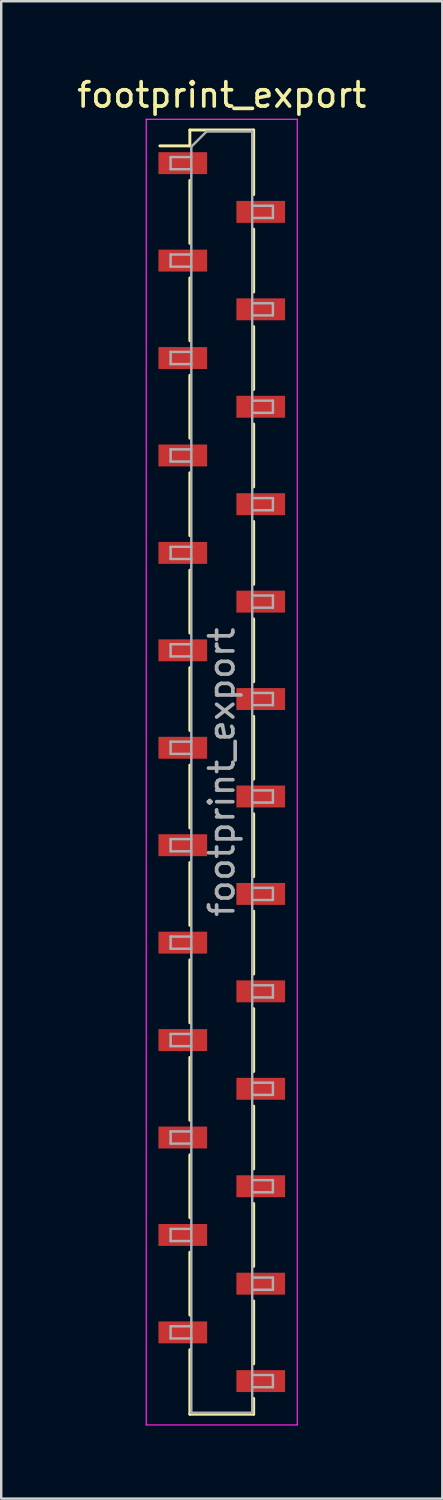
<source format=kicad_pcb>
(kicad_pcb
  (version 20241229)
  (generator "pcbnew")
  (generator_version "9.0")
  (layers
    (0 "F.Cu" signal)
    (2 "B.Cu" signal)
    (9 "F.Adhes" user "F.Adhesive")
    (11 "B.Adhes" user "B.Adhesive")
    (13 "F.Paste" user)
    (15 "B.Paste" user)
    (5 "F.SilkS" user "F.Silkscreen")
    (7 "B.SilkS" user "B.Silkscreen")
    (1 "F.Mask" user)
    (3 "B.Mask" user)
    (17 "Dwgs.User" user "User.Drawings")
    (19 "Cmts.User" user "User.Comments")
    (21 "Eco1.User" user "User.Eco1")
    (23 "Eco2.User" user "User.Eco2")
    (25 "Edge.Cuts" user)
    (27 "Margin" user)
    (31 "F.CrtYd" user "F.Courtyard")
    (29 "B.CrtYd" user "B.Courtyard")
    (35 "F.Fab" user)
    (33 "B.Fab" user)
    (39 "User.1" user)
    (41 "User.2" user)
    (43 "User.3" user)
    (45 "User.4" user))
  (footprint "footprint_export"
    (layer "F.Cu")
    (at 6.054 28.648)
    (property "Reference" "footprint_export" (at 0 -27.8 0) (layer "F.SilkS") (effects (font (size 1 1) (thickness 0.15))))
    (attr smd)
    (fp_line (start -2.54 -25.71) (end -1.31 -25.71) (stroke (width 0.12) (type solid)) (layer "F.SilkS"))
    (fp_line (start -1.31 -26.36) (end -1.31 -25.71) (stroke (width 0.12) (type solid)) (layer "F.SilkS"))
    (fp_line (start -1.31 -26.36) (end 1.31 -26.36) (stroke (width 0.12) (type solid)) (layer "F.SilkS"))
    (fp_line (start -1.31 -24.29) (end -1.31 -21.71) (stroke (width 0.12) (type solid)) (layer "F.SilkS"))
    (fp_line (start -1.31 -20.29) (end -1.31 -17.71) (stroke (width 0.12) (type solid)) (layer "F.SilkS"))
    (fp_line (start -1.31 -16.29) (end -1.31 -13.71) (stroke (width 0.12) (type solid)) (layer "F.SilkS"))
    (fp_line (start -1.31 -12.29) (end -1.31 -9.71) (stroke (width 0.12) (type solid)) (layer "F.SilkS"))
    (fp_line (start -1.31 -8.29) (end -1.31 -5.71) (stroke (width 0.12) (type solid)) (layer "F.SilkS"))
    (fp_line (start -1.31 -4.29) (end -1.31 -1.71) (stroke (width 0.12) (type solid)) (layer "F.SilkS"))
    (fp_line (start -1.31 -0.29) (end -1.31 2.29) (stroke (width 0.12) (type solid)) (layer "F.SilkS"))
    (fp_line (start -1.31 3.71) (end -1.31 6.29) (stroke (width 0.12) (type solid)) (layer "F.SilkS"))
    (fp_line (start -1.31 7.71) (end -1.31 10.29) (stroke (width 0.12) (type solid)) (layer "F.SilkS"))
    (fp_line (start -1.31 11.71) (end -1.31 14.29) (stroke (width 0.12) (type solid)) (layer "F.SilkS"))
    (fp_line (start -1.31 15.71) (end -1.31 18.29) (stroke (width 0.12) (type solid)) (layer "F.SilkS"))
    (fp_line (start -1.31 19.71) (end -1.31 22.29) (stroke (width 0.12) (type solid)) (layer "F.SilkS"))
    (fp_line (start -1.31 23.71) (end -1.31 26.36) (stroke (width 0.12) (type solid)) (layer "F.SilkS"))
    (fp_line (start -1.31 26.36) (end 1.31 26.36) (stroke (width 0.12) (type solid)) (layer "F.SilkS"))
    (fp_line (start 1.31 -26.36) (end 1.31 -23.71) (stroke (width 0.12) (type solid)) (layer "F.SilkS"))
    (fp_line (start 1.31 -22.29) (end 1.31 -19.71) (stroke (width 0.12) (type solid)) (layer "F.SilkS"))
    (fp_line (start 1.31 -18.29) (end 1.31 -15.71) (stroke (width 0.12) (type solid)) (layer "F.SilkS"))
    (fp_line (start 1.31 -14.29) (end 1.31 -11.71) (stroke (width 0.12) (type solid)) (layer "F.SilkS"))
    (fp_line (start 1.31 -10.29) (end 1.31 -7.71) (stroke (width 0.12) (type solid)) (layer "F.SilkS"))
    (fp_line (start 1.31 -6.29) (end 1.31 -3.71) (stroke (width 0.12) (type solid)) (layer "F.SilkS"))
    (fp_line (start 1.31 -2.29) (end 1.31 0.29) (stroke (width 0.12) (type solid)) (layer "F.SilkS"))
    (fp_line (start 1.31 1.71) (end 1.31 4.29) (stroke (width 0.12) (type solid)) (layer "F.SilkS"))
    (fp_line (start 1.31 5.71) (end 1.31 8.29) (stroke (width 0.12) (type solid)) (layer "F.SilkS"))
    (fp_line (start 1.31 9.71) (end 1.31 12.29) (stroke (width 0.12) (type solid)) (layer "F.SilkS"))
    (fp_line (start 1.31 13.71) (end 1.31 16.29) (stroke (width 0.12) (type solid)) (layer "F.SilkS"))
    (fp_line (start 1.31 17.71) (end 1.31 20.29) (stroke (width 0.12) (type solid)) (layer "F.SilkS"))
    (fp_line (start 1.31 21.71) (end 1.31 24.29) (stroke (width 0.12) (type solid)) (layer "F.SilkS"))
    (fp_line (start 1.31 25.71) (end 1.31 26.36) (stroke (width 0.12) (type solid)) (layer "F.SilkS"))
    (fp_line (start -3.1 -26.8) (end 3.1 -26.8) (stroke (width 0.05) (type solid)) (layer "F.CrtYd"))
    (fp_line (start -3.1 26.8) (end -3.1 -26.8) (stroke (width 0.05) (type solid)) (layer "F.CrtYd"))
    (fp_line (start 3.1 -26.8) (end 3.1 26.8) (stroke (width 0.05) (type solid)) (layer "F.CrtYd"))
    (fp_line (start 3.1 26.8) (end -3.1 26.8) (stroke (width 0.05) (type solid)) (layer "F.CrtYd"))
    (fp_line (start -2.1 -25.25) (end -1.25 -25.25) (stroke (width 0.1) (type solid)) (layer "F.Fab"))
    (fp_line (start -2.1 -24.75) (end -2.1 -25.25) (stroke (width 0.1) (type solid)) (layer "F.Fab"))
    (fp_line (start -2.1 -21.25) (end -1.25 -21.25) (stroke (width 0.1) (type solid)) (layer "F.Fab"))
    (fp_line (start -2.1 -20.75) (end -2.1 -21.25) (stroke (width 0.1) (type solid)) (layer "F.Fab"))
    (fp_line (start -2.1 -17.25) (end -1.25 -17.25) (stroke (width 0.1) (type solid)) (layer "F.Fab"))
    (fp_line (start -2.1 -16.75) (end -2.1 -17.25) (stroke (width 0.1) (type solid)) (layer "F.Fab"))
    (fp_line (start -2.1 -13.25) (end -1.25 -13.25) (stroke (width 0.1) (type solid)) (layer "F.Fab"))
    (fp_line (start -2.1 -12.75) (end -2.1 -13.25) (stroke (width 0.1) (type solid)) (layer "F.Fab"))
    (fp_line (start -2.1 -9.25) (end -1.25 -9.25) (stroke (width 0.1) (type solid)) (layer "F.Fab"))
    (fp_line (start -2.1 -8.75) (end -2.1 -9.25) (stroke (width 0.1) (type solid)) (layer "F.Fab"))
    (fp_line (start -2.1 -5.25) (end -1.25 -5.25) (stroke (width 0.1) (type solid)) (layer "F.Fab"))
    (fp_line (start -2.1 -4.75) (end -2.1 -5.25) (stroke (width 0.1) (type solid)) (layer "F.Fab"))
    (fp_line (start -2.1 -1.25) (end -1.25 -1.25) (stroke (width 0.1) (type solid)) (layer "F.Fab"))
    (fp_line (start -2.1 -0.75) (end -2.1 -1.25) (stroke (width 0.1) (type solid)) (layer "F.Fab"))
    (fp_line (start -2.1 2.75) (end -1.25 2.75) (stroke (width 0.1) (type solid)) (layer "F.Fab"))
    (fp_line (start -2.1 3.25) (end -2.1 2.75) (stroke (width 0.1) (type solid)) (layer "F.Fab"))
    (fp_line (start -2.1 6.75) (end -1.25 6.75) (stroke (width 0.1) (type solid)) (layer "F.Fab"))
    (fp_line (start -2.1 7.25) (end -2.1 6.75) (stroke (width 0.1) (type solid)) (layer "F.Fab"))
    (fp_line (start -2.1 10.75) (end -1.25 10.75) (stroke (width 0.1) (type solid)) (layer "F.Fab"))
    (fp_line (start -2.1 11.25) (end -2.1 10.75) (stroke (width 0.1) (type solid)) (layer "F.Fab"))
    (fp_line (start -2.1 14.75) (end -1.25 14.75) (stroke (width 0.1) (type solid)) (layer "F.Fab"))
    (fp_line (start -2.1 15.25) (end -2.1 14.75) (stroke (width 0.1) (type solid)) (layer "F.Fab"))
    (fp_line (start -2.1 18.75) (end -1.25 18.75) (stroke (width 0.1) (type solid)) (layer "F.Fab"))
    (fp_line (start -2.1 19.25) (end -2.1 18.75) (stroke (width 0.1) (type solid)) (layer "F.Fab"))
    (fp_line (start -2.1 22.75) (end -1.25 22.75) (stroke (width 0.1) (type solid)) (layer "F.Fab"))
    (fp_line (start -2.1 23.25) (end -2.1 22.75) (stroke (width 0.1) (type solid)) (layer "F.Fab"))
    (fp_line (start -1.25 -25.675) (end -0.625 -26.3) (stroke (width 0.1) (type solid)) (layer "F.Fab"))
    (fp_line (start -1.25 -24.75) (end -2.1 -24.75) (stroke (width 0.1) (type solid)) (layer "F.Fab"))
    (fp_line (start -1.25 -20.75) (end -2.1 -20.75) (stroke (width 0.1) (type solid)) (layer "F.Fab"))
    (fp_line (start -1.25 -16.75) (end -2.1 -16.75) (stroke (width 0.1) (type solid)) (layer "F.Fab"))
    (fp_line (start -1.25 -12.75) (end -2.1 -12.75) (stroke (width 0.1) (type solid)) (layer "F.Fab"))
    (fp_line (start -1.25 -8.75) (end -2.1 -8.75) (stroke (width 0.1) (type solid)) (layer "F.Fab"))
    (fp_line (start -1.25 -4.75) (end -2.1 -4.75) (stroke (width 0.1) (type solid)) (layer "F.Fab"))
    (fp_line (start -1.25 -0.75) (end -2.1 -0.75) (stroke (width 0.1) (type solid)) (layer "F.Fab"))
    (fp_line (start -1.25 3.25) (end -2.1 3.25) (stroke (width 0.1) (type solid)) (layer "F.Fab"))
    (fp_line (start -1.25 7.25) (end -2.1 7.25) (stroke (width 0.1) (type solid)) (layer "F.Fab"))
    (fp_line (start -1.25 11.25) (end -2.1 11.25) (stroke (width 0.1) (type solid)) (layer "F.Fab"))
    (fp_line (start -1.25 15.25) (end -2.1 15.25) (stroke (width 0.1) (type solid)) (layer "F.Fab"))
    (fp_line (start -1.25 19.25) (end -2.1 19.25) (stroke (width 0.1) (type solid)) (layer "F.Fab"))
    (fp_line (start -1.25 23.25) (end -2.1 23.25) (stroke (width 0.1) (type solid)) (layer "F.Fab"))
    (fp_line (start -1.25 26.3) (end -1.25 -25.675) (stroke (width 0.1) (type solid)) (layer "F.Fab"))
    (fp_line (start -0.625 -26.3) (end 1.25 -26.3) (stroke (width 0.1) (type solid)) (layer "F.Fab"))
    (fp_line (start 1.25 -26.3) (end 1.25 26.3) (stroke (width 0.1) (type solid)) (layer "F.Fab"))
    (fp_line (start 1.25 -23.25) (end 2.1 -23.25) (stroke (width 0.1) (type solid)) (layer "F.Fab"))
    (fp_line (start 1.25 -19.25) (end 2.1 -19.25) (stroke (width 0.1) (type solid)) (layer "F.Fab"))
    (fp_line (start 1.25 -15.25) (end 2.1 -15.25) (stroke (width 0.1) (type solid)) (layer "F.Fab"))
    (fp_line (start 1.25 -11.25) (end 2.1 -11.25) (stroke (width 0.1) (type solid)) (layer "F.Fab"))
    (fp_line (start 1.25 -7.25) (end 2.1 -7.25) (stroke (width 0.1) (type solid)) (layer "F.Fab"))
    (fp_line (start 1.25 -3.25) (end 2.1 -3.25) (stroke (width 0.1) (type solid)) (layer "F.Fab"))
    (fp_line (start 1.25 0.75) (end 2.1 0.75) (stroke (width 0.1) (type solid)) (layer "F.Fab"))
    (fp_line (start 1.25 4.75) (end 2.1 4.75) (stroke (width 0.1) (type solid)) (layer "F.Fab"))
    (fp_line (start 1.25 8.75) (end 2.1 8.75) (stroke (width 0.1) (type solid)) (layer "F.Fab"))
    (fp_line (start 1.25 12.75) (end 2.1 12.75) (stroke (width 0.1) (type solid)) (layer "F.Fab"))
    (fp_line (start 1.25 16.75) (end 2.1 16.75) (stroke (width 0.1) (type solid)) (layer "F.Fab"))
    (fp_line (start 1.25 20.75) (end 2.1 20.75) (stroke (width 0.1) (type solid)) (layer "F.Fab"))
    (fp_line (start 1.25 24.75) (end 2.1 24.75) (stroke (width 0.1) (type solid)) (layer "F.Fab"))
    (fp_line (start 1.25 26.3) (end -1.25 26.3) (stroke (width 0.1) (type solid)) (layer "F.Fab"))
    (fp_line (start 2.1 -23.25) (end 2.1 -22.75) (stroke (width 0.1) (type solid)) (layer "F.Fab"))
    (fp_line (start 2.1 -22.75) (end 1.25 -22.75) (stroke (width 0.1) (type solid)) (layer "F.Fab"))
    (fp_line (start 2.1 -19.25) (end 2.1 -18.75) (stroke (width 0.1) (type solid)) (layer "F.Fab"))
    (fp_line (start 2.1 -18.75) (end 1.25 -18.75) (stroke (width 0.1) (type solid)) (layer "F.Fab"))
    (fp_line (start 2.1 -15.25) (end 2.1 -14.75) (stroke (width 0.1) (type solid)) (layer "F.Fab"))
    (fp_line (start 2.1 -14.75) (end 1.25 -14.75) (stroke (width 0.1) (type solid)) (layer "F.Fab"))
    (fp_line (start 2.1 -11.25) (end 2.1 -10.75) (stroke (width 0.1) (type solid)) (layer "F.Fab"))
    (fp_line (start 2.1 -10.75) (end 1.25 -10.75) (stroke (width 0.1) (type solid)) (layer "F.Fab"))
    (fp_line (start 2.1 -7.25) (end 2.1 -6.75) (stroke (width 0.1) (type solid)) (layer "F.Fab"))
    (fp_line (start 2.1 -6.75) (end 1.25 -6.75) (stroke (width 0.1) (type solid)) (layer "F.Fab"))
    (fp_line (start 2.1 -3.25) (end 2.1 -2.75) (stroke (width 0.1) (type solid)) (layer "F.Fab"))
    (fp_line (start 2.1 -2.75) (end 1.25 -2.75) (stroke (width 0.1) (type solid)) (layer "F.Fab"))
    (fp_line (start 2.1 0.75) (end 2.1 1.25) (stroke (width 0.1) (type solid)) (layer "F.Fab"))
    (fp_line (start 2.1 1.25) (end 1.25 1.25) (stroke (width 0.1) (type solid)) (layer "F.Fab"))
    (fp_line (start 2.1 4.75) (end 2.1 5.25) (stroke (width 0.1) (type solid)) (layer "F.Fab"))
    (fp_line (start 2.1 5.25) (end 1.25 5.25) (stroke (width 0.1) (type solid)) (layer "F.Fab"))
    (fp_line (start 2.1 8.75) (end 2.1 9.25) (stroke (width 0.1) (type solid)) (layer "F.Fab"))
    (fp_line (start 2.1 9.25) (end 1.25 9.25) (stroke (width 0.1) (type solid)) (layer "F.Fab"))
    (fp_line (start 2.1 12.75) (end 2.1 13.25) (stroke (width 0.1) (type solid)) (layer "F.Fab"))
    (fp_line (start 2.1 13.25) (end 1.25 13.25) (stroke (width 0.1) (type solid)) (layer "F.Fab"))
    (fp_line (start 2.1 16.75) (end 2.1 17.25) (stroke (width 0.1) (type solid)) (layer "F.Fab"))
    (fp_line (start 2.1 17.25) (end 1.25 17.25) (stroke (width 0.1) (type solid)) (layer "F.Fab"))
    (fp_line (start 2.1 20.75) (end 2.1 21.25) (stroke (width 0.1) (type solid)) (layer "F.Fab"))
    (fp_line (start 2.1 21.25) (end 1.25 21.25) (stroke (width 0.1) (type solid)) (layer "F.Fab"))
    (fp_line (start 2.1 24.75) (end 2.1 25.25) (stroke (width 0.1) (type solid)) (layer "F.Fab"))
    (fp_line (start 2.1 25.25) (end 1.25 25.25) (stroke (width 0.1) (type solid)) (layer "F.Fab"))
    (fp_text user "${REFERENCE}" (at 0 0 90) (layer "F.Fab") (effects (font (size 1 1) (thickness 0.15))))
    (pad "1" smd rect (at -1.6 -25) (size 2 0.9) (layers "F.Cu" "F.Mask" "F.Paste"))
    (pad "2" smd rect (at 1.6 -23) (size 2 0.9) (layers "F.Cu" "F.Mask" "F.Paste"))
    (pad "3" smd rect (at -1.6 -21) (size 2 0.9) (layers "F.Cu" "F.Mask" "F.Paste"))
    (pad "4" smd rect (at 1.6 -19) (size 2 0.9) (layers "F.Cu" "F.Mask" "F.Paste"))
    (pad "5" smd rect (at -1.6 -17) (size 2 0.9) (layers "F.Cu" "F.Mask" "F.Paste"))
    (pad "6" smd rect (at 1.6 -15) (size 2 0.9) (layers "F.Cu" "F.Mask" "F.Paste"))
    (pad "7" smd rect (at -1.6 -13) (size 2 0.9) (layers "F.Cu" "F.Mask" "F.Paste"))
    (pad "8" smd rect (at 1.6 -11) (size 2 0.9) (layers "F.Cu" "F.Mask" "F.Paste"))
    (pad "9" smd rect (at -1.6 -9) (size 2 0.9) (layers "F.Cu" "F.Mask" "F.Paste"))
    (pad "10" smd rect (at 1.6 -7) (size 2 0.9) (layers "F.Cu" "F.Mask" "F.Paste"))
    (pad "11" smd rect (at -1.6 -5) (size 2 0.9) (layers "F.Cu" "F.Mask" "F.Paste"))
    (pad "12" smd rect (at 1.6 -3) (size 2 0.9) (layers "F.Cu" "F.Mask" "F.Paste"))
    (pad "13" smd rect (at -1.6 -1) (size 2 0.9) (layers "F.Cu" "F.Mask" "F.Paste"))
    (pad "14" smd rect (at 1.6 1) (size 2 0.9) (layers "F.Cu" "F.Mask" "F.Paste"))
    (pad "15" smd rect (at -1.6 3) (size 2 0.9) (layers "F.Cu" "F.Mask" "F.Paste"))
    (pad "16" smd rect (at 1.6 5) (size 2 0.9) (layers "F.Cu" "F.Mask" "F.Paste"))
    (pad "17" smd rect (at -1.6 7) (size 2 0.9) (layers "F.Cu" "F.Mask" "F.Paste"))
    (pad "18" smd rect (at 1.6 9) (size 2 0.9) (layers "F.Cu" "F.Mask" "F.Paste"))
    (pad "19" smd rect (at -1.6 11) (size 2 0.9) (layers "F.Cu" "F.Mask" "F.Paste"))
    (pad "20" smd rect (at 1.6 13) (size 2 0.9) (layers "F.Cu" "F.Mask" "F.Paste"))
    (pad "21" smd rect (at -1.6 15) (size 2 0.9) (layers "F.Cu" "F.Mask" "F.Paste"))
    (pad "22" smd rect (at 1.6 17) (size 2 0.9) (layers "F.Cu" "F.Mask" "F.Paste"))
    (pad "23" smd rect (at -1.6 19) (size 2 0.9) (layers "F.Cu" "F.Mask" "F.Paste"))
    (pad "24" smd rect (at 1.6 21) (size 2 0.9) (layers "F.Cu" "F.Mask" "F.Paste"))
    (pad "25" smd rect (at -1.6 23) (size 2 0.9) (layers "F.Cu" "F.Mask" "F.Paste"))
    (pad "26" smd rect (at 1.6 25) (size 2 0.9) (layers "F.Cu" "F.Mask" "F.Paste")))
  (gr_rect
    (start -3 -3)
    (end 15.107 58.473)
    (stroke (width 0.1) (type default))
    (fill no)
    (layer "Edge.Cuts")))
</source>
